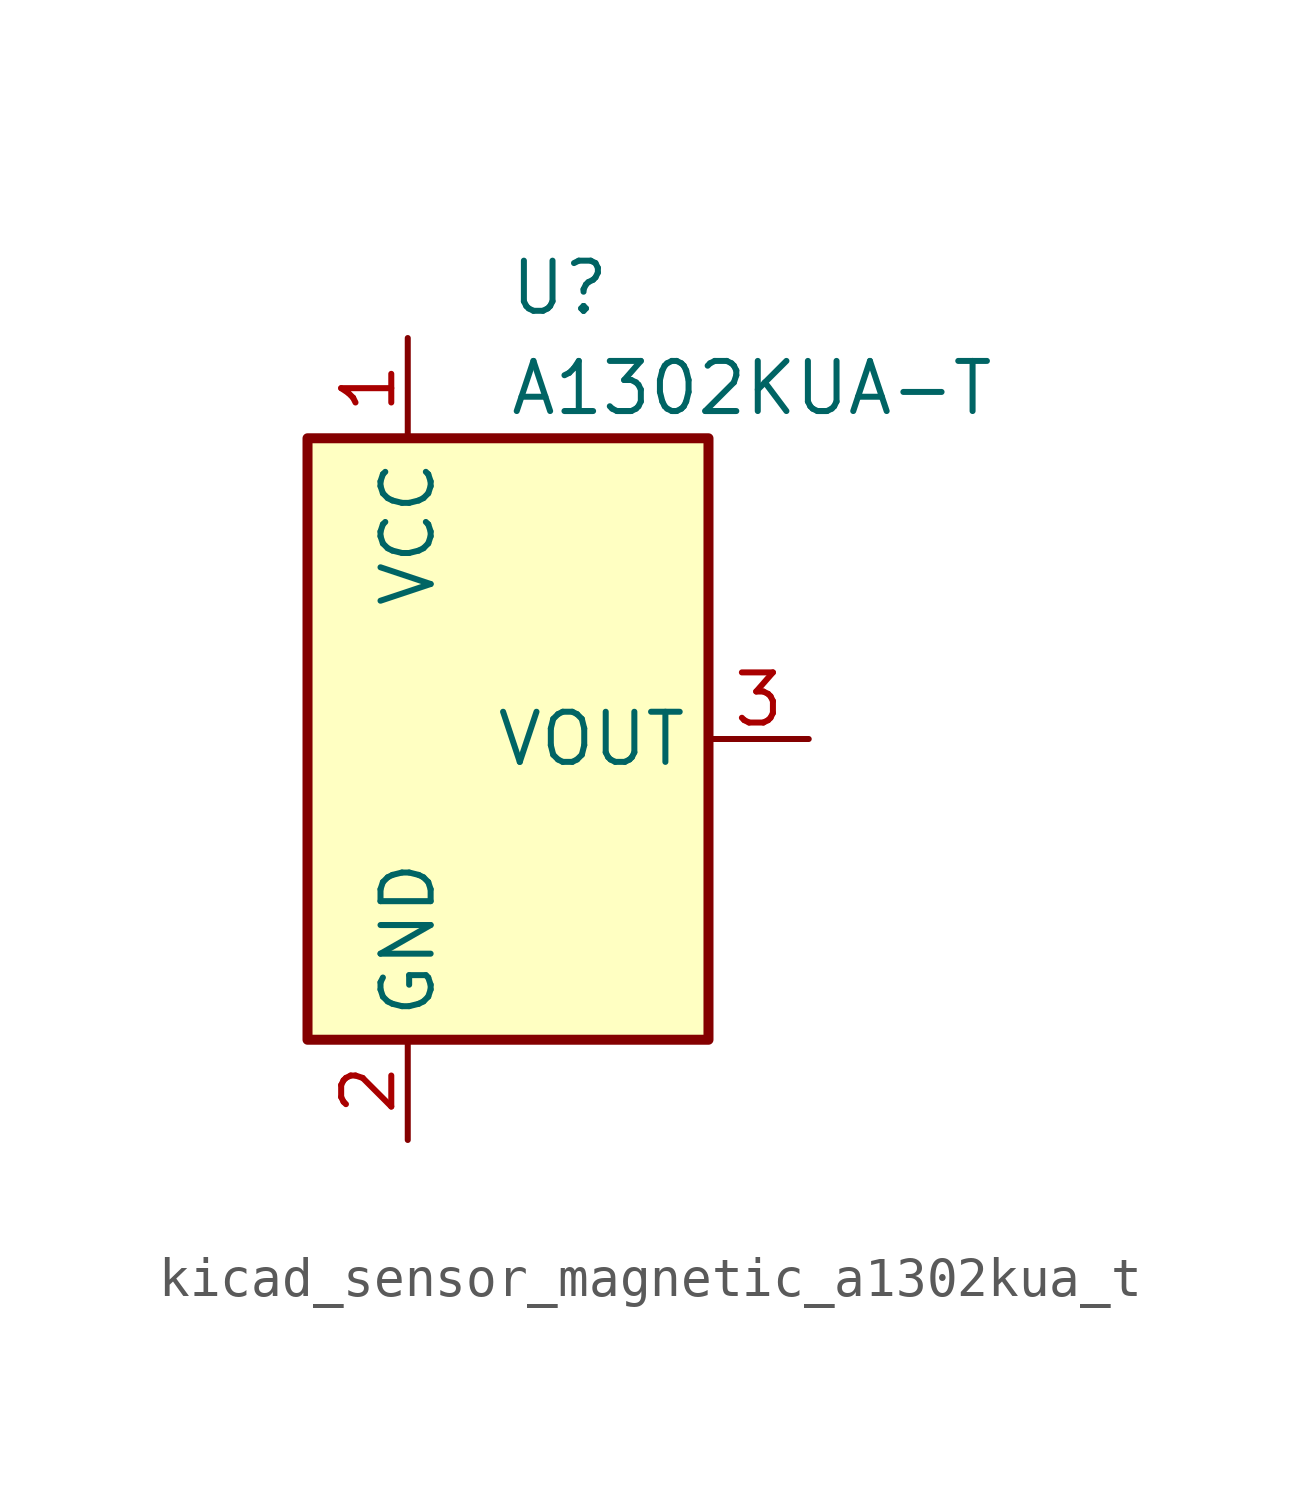
<source format=kicad_sym>
(kicad_symbol_lib
  (version 20220914)
  (generator kicad_symbol_editor)
  (symbol "kicad_sensor_magnetic_a1302kua_t"
    (property "Reference" "U"
      (at 0 11.43 0)
      (effects (font (size 1.27 1.27)) (justify left)))
    (property "Value" "A1302KUA-T"
      (at 0 8.89 0)
      (effects (font (size 1.27 1.27)) (justify left)))
    (symbol "kicad_sensor_magnetic_a1302kua_t_0_1"
      (rectangle (start -5.08 7.62) (end 5.08 -7.62) (stroke (width 0.254) (type default)) (fill (type background))))
    (symbol "kicad_sensor_magnetic_a1302kua_t_1_1"
      (pin power_in line (at -2.54 10.16 270) (length 2.54) (name "VCC" (effects (font (size 1.27 1.27)))) (number "1" (effects (font (size 1.27 1.27)))))
      (pin power_in line (at -2.54 -10.16 90) (length 2.54) (name "GND" (effects (font (size 1.27 1.27)))) (number "2" (effects (font (size 1.27 1.27)))))
      (pin output line (at 7.62 0 180) (length 2.54) (name "VOUT" (effects (font (size 1.27 1.27)))) (number "3" (effects (font (size 1.27 1.27))))))))
</source>
